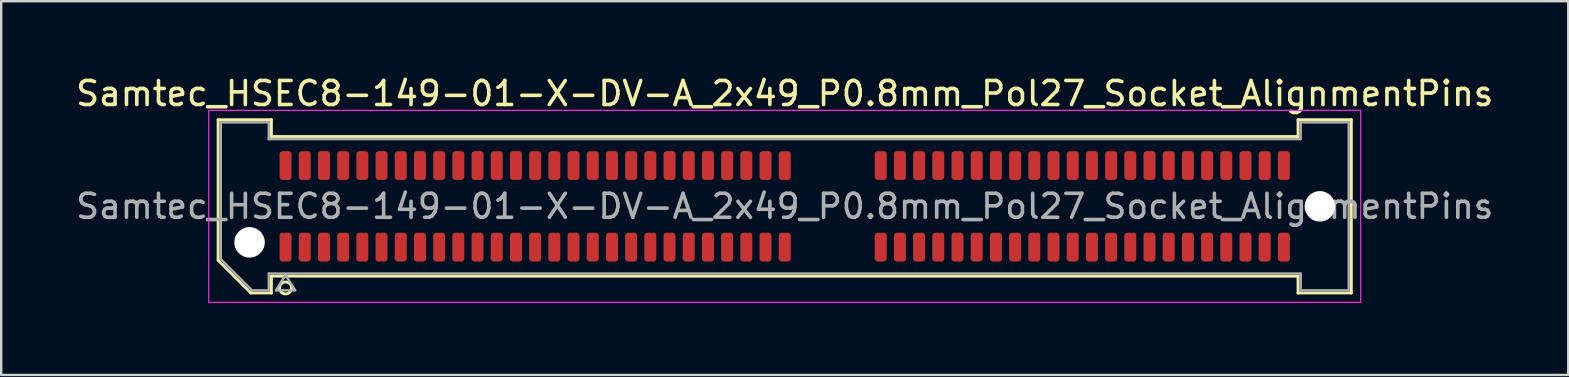
<source format=kicad_pcb>
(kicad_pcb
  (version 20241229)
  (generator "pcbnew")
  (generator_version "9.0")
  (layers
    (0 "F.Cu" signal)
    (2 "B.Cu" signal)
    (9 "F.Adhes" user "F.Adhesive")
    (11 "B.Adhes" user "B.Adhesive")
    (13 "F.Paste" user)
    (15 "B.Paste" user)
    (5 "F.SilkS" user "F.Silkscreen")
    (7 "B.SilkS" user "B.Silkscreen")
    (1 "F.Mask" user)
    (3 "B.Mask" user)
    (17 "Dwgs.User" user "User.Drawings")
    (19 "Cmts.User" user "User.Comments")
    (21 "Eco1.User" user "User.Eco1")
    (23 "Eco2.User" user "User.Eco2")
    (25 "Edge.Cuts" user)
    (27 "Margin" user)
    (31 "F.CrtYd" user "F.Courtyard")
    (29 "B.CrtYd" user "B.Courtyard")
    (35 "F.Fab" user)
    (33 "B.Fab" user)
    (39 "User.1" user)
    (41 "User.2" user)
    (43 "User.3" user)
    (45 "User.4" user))
  (footprint "Samtec_HSEC8-149-01-X-DV-A_2x49_P0.8mm_Pol27_Socket_AlignmentPins"
    (layer "F.Cu")
    (at 29.649 5.548)
    (property "Reference" "Samtec_HSEC8-149-01-X-DV-A_2x49_P0.8mm_Pol27_Socket_AlignmentPins" (at 0 -4.7 0) (layer "F.SilkS") (effects (font (size 1 1) (thickness 0.15))))
    (attr smd)
    (fp_line (start -23.61 -3.61) (end -21.39 -3.61) (stroke (width 0.12) (type solid)) (layer "F.SilkS"))
    (fp_line (start -23.61 2.246) (end -23.61 -3.61) (stroke (width 0.12) (type solid)) (layer "F.SilkS"))
    (fp_line (start -22.246 3.61) (end -23.61 2.246) (stroke (width 0.12) (type solid)) (layer "F.SilkS"))
    (fp_line (start -21.39 -3.61) (end -21.39 -2.91) (stroke (width 0.12) (type solid)) (layer "F.SilkS"))
    (fp_line (start -21.39 -2.91) (end 21.39 -2.91) (stroke (width 0.12) (type solid)) (layer "F.SilkS"))
    (fp_line (start -21.39 2.91) (end -21.39 3.61) (stroke (width 0.12) (type solid)) (layer "F.SilkS"))
    (fp_line (start -21.39 3.61) (end -22.246 3.61) (stroke (width 0.12) (type solid)) (layer "F.SilkS"))
    (fp_line (start 21.39 -3.61) (end 23.61 -3.61) (stroke (width 0.12) (type solid)) (layer "F.SilkS"))
    (fp_line (start 21.39 -2.91) (end 21.39 -3.61) (stroke (width 0.12) (type solid)) (layer "F.SilkS"))
    (fp_line (start 21.39 2.91) (end -21.39 2.91) (stroke (width 0.12) (type solid)) (layer "F.SilkS"))
    (fp_line (start 21.39 3.61) (end 21.39 2.91) (stroke (width 0.12) (type solid)) (layer "F.SilkS"))
    (fp_line (start 23.61 -3.61) (end 23.61 3.61) (stroke (width 0.12) (type solid)) (layer "F.SilkS"))
    (fp_line (start 23.61 3.61) (end 21.39 3.61) (stroke (width 0.12) (type solid)) (layer "F.SilkS"))
    (fp_arc (start -20.55 3.4) (mid -21.05 3.4) (end -20.55 3.4) (stroke (width 0.12) (type solid)) (layer "F.SilkS"))
    (fp_line (start -24 -4) (end -24 4) (stroke (width 0.05) (type solid)) (layer "F.CrtYd"))
    (fp_line (start -24 4) (end 24 4) (stroke (width 0.05) (type solid)) (layer "F.CrtYd"))
    (fp_line (start 24 -4) (end -24 -4) (stroke (width 0.05) (type solid)) (layer "F.CrtYd"))
    (fp_line (start 24 4) (end 24 -4) (stroke (width 0.05) (type solid)) (layer "F.CrtYd"))
    (fp_line (start -23.5 -3.5) (end -21.5 -3.5) (stroke (width 0.1) (type solid)) (layer "F.Fab"))
    (fp_line (start -23.5 2.2) (end -23.5 -3.5) (stroke (width 0.1) (type solid)) (layer "F.Fab"))
    (fp_line (start -22.2 3.5) (end -23.5 2.2) (stroke (width 0.1) (type solid)) (layer "F.Fab"))
    (fp_line (start -21.5 -3.5) (end -21.5 -2.8) (stroke (width 0.1) (type solid)) (layer "F.Fab"))
    (fp_line (start -21.5 -2.8) (end 21.5 -2.8) (stroke (width 0.1) (type solid)) (layer "F.Fab"))
    (fp_line (start -21.5 2.8) (end -21.5 3.5) (stroke (width 0.1) (type solid)) (layer "F.Fab"))
    (fp_line (start -21.5 3.5) (end -22.2 3.5) (stroke (width 0.1) (type solid)) (layer "F.Fab"))
    (fp_line (start -21.2 3.5) (end -20.8 2.86) (stroke (width 0.1) (type solid)) (layer "F.Fab"))
    (fp_line (start -20.8 2.86) (end -20.4 3.5) (stroke (width 0.1) (type solid)) (layer "F.Fab"))
    (fp_line (start -20.4 3.5) (end -21.2 3.5) (stroke (width 0.1) (type solid)) (layer "F.Fab"))
    (fp_line (start 21.5 -3.5) (end 23.5 -3.5) (stroke (width 0.1) (type solid)) (layer "F.Fab"))
    (fp_line (start 21.5 -2.8) (end 21.5 -3.5) (stroke (width 0.1) (type solid)) (layer "F.Fab"))
    (fp_line (start 21.5 2.8) (end -21.5 2.8) (stroke (width 0.1) (type solid)) (layer "F.Fab"))
    (fp_line (start 21.5 3.5) (end 21.5 2.8) (stroke (width 0.1) (type solid)) (layer "F.Fab"))
    (fp_line (start 23.5 -3.5) (end 23.5 3.5) (stroke (width 0.1) (type solid)) (layer "F.Fab"))
    (fp_line (start 23.5 3.5) (end 21.5 3.5) (stroke (width 0.1) (type solid)) (layer "F.Fab"))
    (fp_text user "${REFERENCE}" (at 0 0 0) (layer "F.Fab") (effects (font (size 1 1) (thickness 0.15))))
    (pad "" np_thru_hole circle (at -22.3 1.5) (size 1.27 1.27) (drill 1.27) (layers "*.Cu" "*.Mask"))
    (pad "" np_thru_hole circle (at 22.3 0) (size 1.27 1.27) (drill 1.27) (layers "*.Cu" "*.Mask"))
    (pad "1" smd roundrect (at -20.8 1.7) (size 0.5 1.2) (layers "F.Cu" "F.Mask" "F.Paste") (roundrect_rratio 0.25))
    (pad "2" smd roundrect (at -20.8 -1.7) (size 0.5 1.2) (layers "F.Cu" "F.Mask" "F.Paste") (roundrect_rratio 0.25))
    (pad "3" smd roundrect (at -20 1.7) (size 0.5 1.2) (layers "F.Cu" "F.Mask" "F.Paste") (roundrect_rratio 0.25))
    (pad "4" smd roundrect (at -20 -1.7) (size 0.5 1.2) (layers "F.Cu" "F.Mask" "F.Paste") (roundrect_rratio 0.25))
    (pad "5" smd roundrect (at -19.2 1.7) (size 0.5 1.2) (layers "F.Cu" "F.Mask" "F.Paste") (roundrect_rratio 0.25))
    (pad "6" smd roundrect (at -19.2 -1.7) (size 0.5 1.2) (layers "F.Cu" "F.Mask" "F.Paste") (roundrect_rratio 0.25))
    (pad "7" smd roundrect (at -18.4 1.7) (size 0.5 1.2) (layers "F.Cu" "F.Mask" "F.Paste") (roundrect_rratio 0.25))
    (pad "8" smd roundrect (at -18.4 -1.7) (size 0.5 1.2) (layers "F.Cu" "F.Mask" "F.Paste") (roundrect_rratio 0.25))
    (pad "9" smd roundrect (at -17.6 1.7) (size 0.5 1.2) (layers "F.Cu" "F.Mask" "F.Paste") (roundrect_rratio 0.25))
    (pad "10" smd roundrect (at -17.6 -1.7) (size 0.5 1.2) (layers "F.Cu" "F.Mask" "F.Paste") (roundrect_rratio 0.25))
    (pad "11" smd roundrect (at -16.8 1.7) (size 0.5 1.2) (layers "F.Cu" "F.Mask" "F.Paste") (roundrect_rratio 0.25))
    (pad "12" smd roundrect (at -16.8 -1.7) (size 0.5 1.2) (layers "F.Cu" "F.Mask" "F.Paste") (roundrect_rratio 0.25))
    (pad "13" smd roundrect (at -16 1.7) (size 0.5 1.2) (layers "F.Cu" "F.Mask" "F.Paste") (roundrect_rratio 0.25))
    (pad "14" smd roundrect (at -16 -1.7) (size 0.5 1.2) (layers "F.Cu" "F.Mask" "F.Paste") (roundrect_rratio 0.25))
    (pad "15" smd roundrect (at -15.2 1.7) (size 0.5 1.2) (layers "F.Cu" "F.Mask" "F.Paste") (roundrect_rratio 0.25))
    (pad "16" smd roundrect (at -15.2 -1.7) (size 0.5 1.2) (layers "F.Cu" "F.Mask" "F.Paste") (roundrect_rratio 0.25))
    (pad "17" smd roundrect (at -14.4 1.7) (size 0.5 1.2) (layers "F.Cu" "F.Mask" "F.Paste") (roundrect_rratio 0.25))
    (pad "18" smd roundrect (at -14.4 -1.7) (size 0.5 1.2) (layers "F.Cu" "F.Mask" "F.Paste") (roundrect_rratio 0.25))
    (pad "19" smd roundrect (at -13.6 1.7) (size 0.5 1.2) (layers "F.Cu" "F.Mask" "F.Paste") (roundrect_rratio 0.25))
    (pad "20" smd roundrect (at -13.6 -1.7) (size 0.5 1.2) (layers "F.Cu" "F.Mask" "F.Paste") (roundrect_rratio 0.25))
    (pad "21" smd roundrect (at -12.8 1.7) (size 0.5 1.2) (layers "F.Cu" "F.Mask" "F.Paste") (roundrect_rratio 0.25))
    (pad "22" smd roundrect (at -12.8 -1.7) (size 0.5 1.2) (layers "F.Cu" "F.Mask" "F.Paste") (roundrect_rratio 0.25))
    (pad "23" smd roundrect (at -12 1.7) (size 0.5 1.2) (layers "F.Cu" "F.Mask" "F.Paste") (roundrect_rratio 0.25))
    (pad "24" smd roundrect (at -12 -1.7) (size 0.5 1.2) (layers "F.Cu" "F.Mask" "F.Paste") (roundrect_rratio 0.25))
    (pad "25" smd roundrect (at -11.2 1.7) (size 0.5 1.2) (layers "F.Cu" "F.Mask" "F.Paste") (roundrect_rratio 0.25))
    (pad "26" smd roundrect (at -11.2 -1.7) (size 0.5 1.2) (layers "F.Cu" "F.Mask" "F.Paste") (roundrect_rratio 0.25))
    (pad "27" smd roundrect (at -10.4 1.7) (size 0.5 1.2) (layers "F.Cu" "F.Mask" "F.Paste") (roundrect_rratio 0.25))
    (pad "28" smd roundrect (at -10.4 -1.7) (size 0.5 1.2) (layers "F.Cu" "F.Mask" "F.Paste") (roundrect_rratio 0.25))
    (pad "29" smd roundrect (at -9.6 1.7) (size 0.5 1.2) (layers "F.Cu" "F.Mask" "F.Paste") (roundrect_rratio 0.25))
    (pad "30" smd roundrect (at -9.6 -1.7) (size 0.5 1.2) (layers "F.Cu" "F.Mask" "F.Paste") (roundrect_rratio 0.25))
    (pad "31" smd roundrect (at -8.8 1.7) (size 0.5 1.2) (layers "F.Cu" "F.Mask" "F.Paste") (roundrect_rratio 0.25))
    (pad "32" smd roundrect (at -8.8 -1.7) (size 0.5 1.2) (layers "F.Cu" "F.Mask" "F.Paste") (roundrect_rratio 0.25))
    (pad "33" smd roundrect (at -8 1.7) (size 0.5 1.2) (layers "F.Cu" "F.Mask" "F.Paste") (roundrect_rratio 0.25))
    (pad "34" smd roundrect (at -8 -1.7) (size 0.5 1.2) (layers "F.Cu" "F.Mask" "F.Paste") (roundrect_rratio 0.25))
    (pad "35" smd roundrect (at -7.2 1.7) (size 0.5 1.2) (layers "F.Cu" "F.Mask" "F.Paste") (roundrect_rratio 0.25))
    (pad "36" smd roundrect (at -7.2 -1.7) (size 0.5 1.2) (layers "F.Cu" "F.Mask" "F.Paste") (roundrect_rratio 0.25))
    (pad "37" smd roundrect (at -6.4 1.7) (size 0.5 1.2) (layers "F.Cu" "F.Mask" "F.Paste") (roundrect_rratio 0.25))
    (pad "38" smd roundrect (at -6.4 -1.7) (size 0.5 1.2) (layers "F.Cu" "F.Mask" "F.Paste") (roundrect_rratio 0.25))
    (pad "39" smd roundrect (at -5.6 1.7) (size 0.5 1.2) (layers "F.Cu" "F.Mask" "F.Paste") (roundrect_rratio 0.25))
    (pad "40" smd roundrect (at -5.6 -1.7) (size 0.5 1.2) (layers "F.Cu" "F.Mask" "F.Paste") (roundrect_rratio 0.25))
    (pad "41" smd roundrect (at -4.8 1.7) (size 0.5 1.2) (layers "F.Cu" "F.Mask" "F.Paste") (roundrect_rratio 0.25))
    (pad "42" smd roundrect (at -4.8 -1.7) (size 0.5 1.2) (layers "F.Cu" "F.Mask" "F.Paste") (roundrect_rratio 0.25))
    (pad "43" smd roundrect (at -4 1.7) (size 0.5 1.2) (layers "F.Cu" "F.Mask" "F.Paste") (roundrect_rratio 0.25))
    (pad "44" smd roundrect (at -4 -1.7) (size 0.5 1.2) (layers "F.Cu" "F.Mask" "F.Paste") (roundrect_rratio 0.25))
    (pad "45" smd roundrect (at -3.2 1.7) (size 0.5 1.2) (layers "F.Cu" "F.Mask" "F.Paste") (roundrect_rratio 0.25))
    (pad "46" smd roundrect (at -3.2 -1.7) (size 0.5 1.2) (layers "F.Cu" "F.Mask" "F.Paste") (roundrect_rratio 0.25))
    (pad "47" smd roundrect (at -2.4 1.7) (size 0.5 1.2) (layers "F.Cu" "F.Mask" "F.Paste") (roundrect_rratio 0.25))
    (pad "48" smd roundrect (at -2.4 -1.7) (size 0.5 1.2) (layers "F.Cu" "F.Mask" "F.Paste") (roundrect_rratio 0.25))
    (pad "49" smd roundrect (at -1.6 1.7) (size 0.5 1.2) (layers "F.Cu" "F.Mask" "F.Paste") (roundrect_rratio 0.25))
    (pad "50" smd roundrect (at -1.6 -1.7) (size 0.5 1.2) (layers "F.Cu" "F.Mask" "F.Paste") (roundrect_rratio 0.25))
    (pad "51" smd roundrect (at -0.8 1.7) (size 0.5 1.2) (layers "F.Cu" "F.Mask" "F.Paste") (roundrect_rratio 0.25))
    (pad "52" smd roundrect (at -0.8 -1.7) (size 0.5 1.2) (layers "F.Cu" "F.Mask" "F.Paste") (roundrect_rratio 0.25))
    (pad "53" smd roundrect (at 0 1.7) (size 0.5 1.2) (layers "F.Cu" "F.Mask" "F.Paste") (roundrect_rratio 0.25))
    (pad "54" smd roundrect (at 0 -1.7) (size 0.5 1.2) (layers "F.Cu" "F.Mask" "F.Paste") (roundrect_rratio 0.25))
    (pad "55" smd roundrect (at 4 1.7) (size 0.5 1.2) (layers "F.Cu" "F.Mask" "F.Paste") (roundrect_rratio 0.25))
    (pad "56" smd roundrect (at 4 -1.7) (size 0.5 1.2) (layers "F.Cu" "F.Mask" "F.Paste") (roundrect_rratio 0.25))
    (pad "57" smd roundrect (at 4.8 1.7) (size 0.5 1.2) (layers "F.Cu" "F.Mask" "F.Paste") (roundrect_rratio 0.25))
    (pad "58" smd roundrect (at 4.8 -1.7) (size 0.5 1.2) (layers "F.Cu" "F.Mask" "F.Paste") (roundrect_rratio 0.25))
    (pad "59" smd roundrect (at 5.6 1.7) (size 0.5 1.2) (layers "F.Cu" "F.Mask" "F.Paste") (roundrect_rratio 0.25))
    (pad "60" smd roundrect (at 5.6 -1.7) (size 0.5 1.2) (layers "F.Cu" "F.Mask" "F.Paste") (roundrect_rratio 0.25))
    (pad "61" smd roundrect (at 6.4 1.7) (size 0.5 1.2) (layers "F.Cu" "F.Mask" "F.Paste") (roundrect_rratio 0.25))
    (pad "62" smd roundrect (at 6.4 -1.7) (size 0.5 1.2) (layers "F.Cu" "F.Mask" "F.Paste") (roundrect_rratio 0.25))
    (pad "63" smd roundrect (at 7.2 1.7) (size 0.5 1.2) (layers "F.Cu" "F.Mask" "F.Paste") (roundrect_rratio 0.25))
    (pad "64" smd roundrect (at 7.2 -1.7) (size 0.5 1.2) (layers "F.Cu" "F.Mask" "F.Paste") (roundrect_rratio 0.25))
    (pad "65" smd roundrect (at 8 1.7) (size 0.5 1.2) (layers "F.Cu" "F.Mask" "F.Paste") (roundrect_rratio 0.25))
    (pad "66" smd roundrect (at 8 -1.7) (size 0.5 1.2) (layers "F.Cu" "F.Mask" "F.Paste") (roundrect_rratio 0.25))
    (pad "67" smd roundrect (at 8.8 1.7) (size 0.5 1.2) (layers "F.Cu" "F.Mask" "F.Paste") (roundrect_rratio 0.25))
    (pad "68" smd roundrect (at 8.8 -1.7) (size 0.5 1.2) (layers "F.Cu" "F.Mask" "F.Paste") (roundrect_rratio 0.25))
    (pad "69" smd roundrect (at 9.6 1.7) (size 0.5 1.2) (layers "F.Cu" "F.Mask" "F.Paste") (roundrect_rratio 0.25))
    (pad "70" smd roundrect (at 9.6 -1.7) (size 0.5 1.2) (layers "F.Cu" "F.Mask" "F.Paste") (roundrect_rratio 0.25))
    (pad "71" smd roundrect (at 10.4 1.7) (size 0.5 1.2) (layers "F.Cu" "F.Mask" "F.Paste") (roundrect_rratio 0.25))
    (pad "72" smd roundrect (at 10.4 -1.7) (size 0.5 1.2) (layers "F.Cu" "F.Mask" "F.Paste") (roundrect_rratio 0.25))
    (pad "73" smd roundrect (at 11.2 1.7) (size 0.5 1.2) (layers "F.Cu" "F.Mask" "F.Paste") (roundrect_rratio 0.25))
    (pad "74" smd roundrect (at 11.2 -1.7) (size 0.5 1.2) (layers "F.Cu" "F.Mask" "F.Paste") (roundrect_rratio 0.25))
    (pad "75" smd roundrect (at 12 1.7) (size 0.5 1.2) (layers "F.Cu" "F.Mask" "F.Paste") (roundrect_rratio 0.25))
    (pad "76" smd roundrect (at 12 -1.7) (size 0.5 1.2) (layers "F.Cu" "F.Mask" "F.Paste") (roundrect_rratio 0.25))
    (pad "77" smd roundrect (at 12.8 1.7) (size 0.5 1.2) (layers "F.Cu" "F.Mask" "F.Paste") (roundrect_rratio 0.25))
    (pad "78" smd roundrect (at 12.8 -1.7) (size 0.5 1.2) (layers "F.Cu" "F.Mask" "F.Paste") (roundrect_rratio 0.25))
    (pad "79" smd roundrect (at 13.6 1.7) (size 0.5 1.2) (layers "F.Cu" "F.Mask" "F.Paste") (roundrect_rratio 0.25))
    (pad "80" smd roundrect (at 13.6 -1.7) (size 0.5 1.2) (layers "F.Cu" "F.Mask" "F.Paste") (roundrect_rratio 0.25))
    (pad "81" smd roundrect (at 14.4 1.7) (size 0.5 1.2) (layers "F.Cu" "F.Mask" "F.Paste") (roundrect_rratio 0.25))
    (pad "82" smd roundrect (at 14.4 -1.7) (size 0.5 1.2) (layers "F.Cu" "F.Mask" "F.Paste") (roundrect_rratio 0.25))
    (pad "83" smd roundrect (at 15.2 1.7) (size 0.5 1.2) (layers "F.Cu" "F.Mask" "F.Paste") (roundrect_rratio 0.25))
    (pad "84" smd roundrect (at 15.2 -1.7) (size 0.5 1.2) (layers "F.Cu" "F.Mask" "F.Paste") (roundrect_rratio 0.25))
    (pad "85" smd roundrect (at 16 1.7) (size 0.5 1.2) (layers "F.Cu" "F.Mask" "F.Paste") (roundrect_rratio 0.25))
    (pad "86" smd roundrect (at 16 -1.7) (size 0.5 1.2) (layers "F.Cu" "F.Mask" "F.Paste") (roundrect_rratio 0.25))
    (pad "87" smd roundrect (at 16.8 1.7) (size 0.5 1.2) (layers "F.Cu" "F.Mask" "F.Paste") (roundrect_rratio 0.25))
    (pad "88" smd roundrect (at 16.8 -1.7) (size 0.5 1.2) (layers "F.Cu" "F.Mask" "F.Paste") (roundrect_rratio 0.25))
    (pad "89" smd roundrect (at 17.6 1.7) (size 0.5 1.2) (layers "F.Cu" "F.Mask" "F.Paste") (roundrect_rratio 0.25))
    (pad "90" smd roundrect (at 17.6 -1.7) (size 0.5 1.2) (layers "F.Cu" "F.Mask" "F.Paste") (roundrect_rratio 0.25))
    (pad "91" smd roundrect (at 18.4 1.7) (size 0.5 1.2) (layers "F.Cu" "F.Mask" "F.Paste") (roundrect_rratio 0.25))
    (pad "92" smd roundrect (at 18.4 -1.7) (size 0.5 1.2) (layers "F.Cu" "F.Mask" "F.Paste") (roundrect_rratio 0.25))
    (pad "93" smd roundrect (at 19.2 1.7) (size 0.5 1.2) (layers "F.Cu" "F.Mask" "F.Paste") (roundrect_rratio 0.25))
    (pad "94" smd roundrect (at 19.2 -1.7) (size 0.5 1.2) (layers "F.Cu" "F.Mask" "F.Paste") (roundrect_rratio 0.25))
    (pad "95" smd roundrect (at 20 1.7) (size 0.5 1.2) (layers "F.Cu" "F.Mask" "F.Paste") (roundrect_rratio 0.25))
    (pad "96" smd roundrect (at 20 -1.7) (size 0.5 1.2) (layers "F.Cu" "F.Mask" "F.Paste") (roundrect_rratio 0.25))
    (pad "97" smd roundrect (at 20.8 1.7) (size 0.5 1.2) (layers "F.Cu" "F.Mask" "F.Paste") (roundrect_rratio 0.25))
    (pad "98" smd roundrect (at 20.8 -1.7) (size 0.5 1.2) (layers "F.Cu" "F.Mask" "F.Paste") (roundrect_rratio 0.25)))
  (gr_rect
    (start -3 -3)
    (end 62.298 12.573)
    (stroke (width 0.1) (type default))
    (fill no)
    (layer "Edge.Cuts")))
</source>
